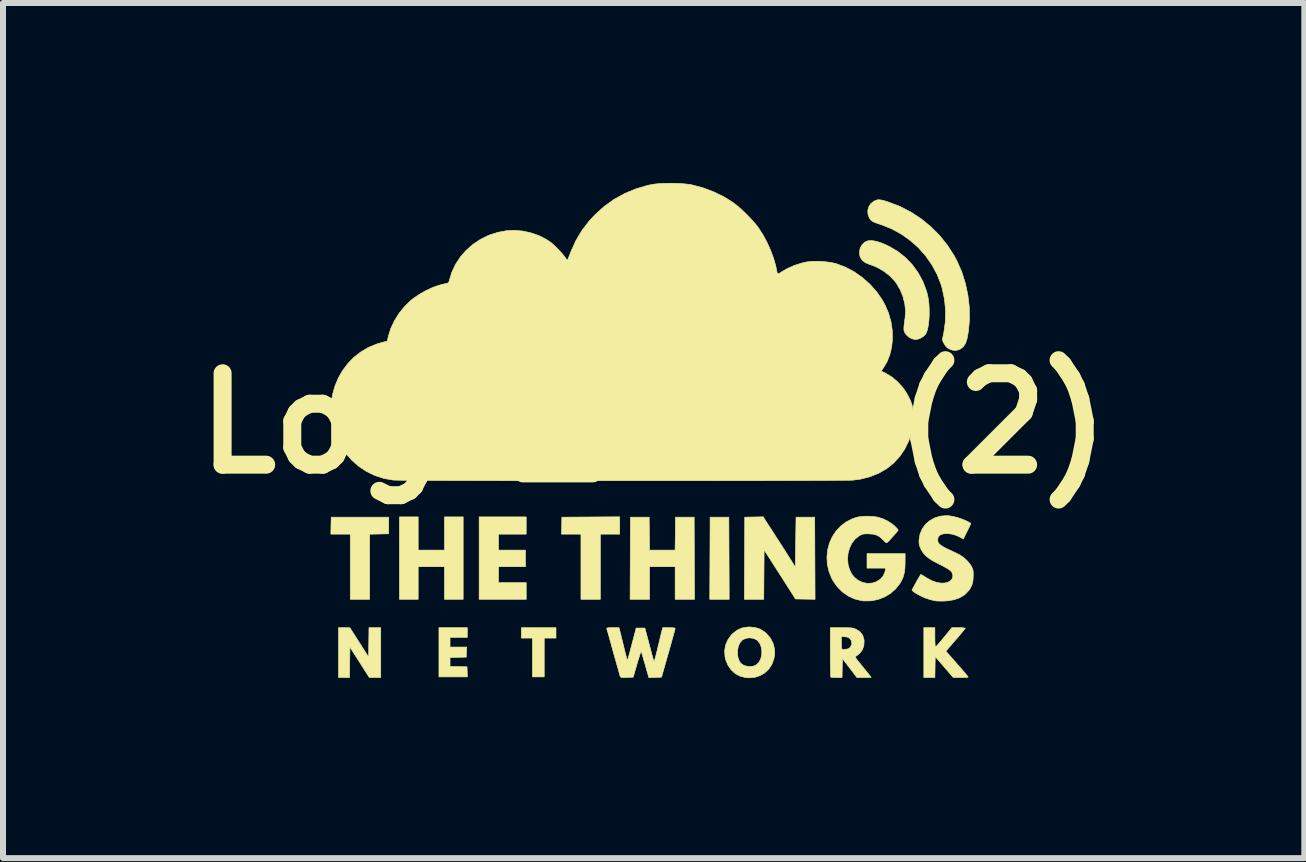
<source format=kicad_pcb>
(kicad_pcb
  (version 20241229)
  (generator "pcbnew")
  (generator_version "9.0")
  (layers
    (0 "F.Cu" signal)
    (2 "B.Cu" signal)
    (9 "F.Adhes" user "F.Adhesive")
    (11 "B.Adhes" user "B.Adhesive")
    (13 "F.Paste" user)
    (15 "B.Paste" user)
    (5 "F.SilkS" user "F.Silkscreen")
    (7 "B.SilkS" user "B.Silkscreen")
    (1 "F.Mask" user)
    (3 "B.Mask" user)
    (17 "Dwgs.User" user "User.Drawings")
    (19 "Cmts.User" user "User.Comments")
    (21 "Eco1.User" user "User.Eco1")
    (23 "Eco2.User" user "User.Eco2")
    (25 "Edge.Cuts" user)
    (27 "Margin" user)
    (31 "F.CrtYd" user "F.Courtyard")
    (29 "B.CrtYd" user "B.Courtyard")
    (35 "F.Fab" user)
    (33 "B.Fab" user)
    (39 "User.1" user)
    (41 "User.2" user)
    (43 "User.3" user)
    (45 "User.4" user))
  (footprint "Logo_TTN (2)"
    (layer "F.Cu")
    (at 7.845 4.006)
    (property "Reference" "Logo_TTN (2)" (at 0 0 0) (layer "F.SilkS") (effects (font (size 1.524 1.524) (thickness 0.3))))
    (attr through_hole)
    (fp_poly (pts (xy 1.259 2.933) (xy 0.935 2.933) (xy 0.941 1.564) (xy 1.253 1.564) (xy 1.259 2.933)) (stroke (width 0.01) (type solid)) (fill yes) (layer "F.SilkS"))
    (fp_poly (pts (xy -1.628 3.579) (xy -1.824 3.579) (xy -1.824 4.226) (xy -2.02 4.226) (xy -2.02 3.579) (xy -2.205 3.579) (xy -2.205 3.406) (xy -1.628 3.406) (xy -1.628 3.579)) (stroke (width 0.01) (type solid)) (fill yes) (layer "F.SilkS"))
    (fp_poly (pts (xy -4.416 1.841) (xy -4.734 1.848) (xy -4.734 2.933) (xy -5.057 2.933) (xy -5.057 1.847) (xy -5.381 1.847) (xy -5.378 1.706) (xy -5.374 1.564) (xy -4.416 1.564) (xy -4.416 1.841)) (stroke (width 0.01) (type solid)) (fill yes) (layer "F.SilkS"))
    (fp_poly (pts (xy -0.566 1.847) (xy -0.889 1.847) (xy -0.889 2.933) (xy -1.212 2.933) (xy -1.212 1.847) (xy -1.536 1.847) (xy -1.533 1.706) (xy -1.53 1.564) (xy -0.566 1.558) (xy -0.566 1.847)) (stroke (width 0.01) (type solid)) (fill yes) (layer "F.SilkS"))
    (fp_poly (pts (xy -3.925 2.113) (xy -3.487 2.113) (xy -3.487 1.559) (xy -3.175 1.559) (xy -3.175 2.933) (xy -3.487 2.933) (xy -3.487 2.39) (xy -3.925 2.39) (xy -3.925 2.933) (xy -4.237 2.933) (xy -4.237 1.559) (xy -3.925 1.559) (xy -3.925 2.113)) (stroke (width 0.01) (type solid)) (fill yes) (layer "F.SilkS"))
    (fp_poly (pts (xy -2.124 1.847) (xy -2.586 1.847) (xy -2.586 2.113) (xy -2.136 2.113) (xy -2.136 2.39) (xy -2.586 2.39) (xy -2.586 2.655) (xy -2.124 2.655) (xy -2.124 2.933) (xy -2.909 2.933) (xy -2.909 1.559) (xy -2.124 1.559) (xy -2.124 1.847)) (stroke (width 0.01) (type solid)) (fill yes) (layer "F.SilkS"))
    (fp_poly (pts (xy -0.072 1.839) (xy -0.069 2.113) (xy 0.357 2.113) (xy 0.361 1.839) (xy 0.364 1.564) (xy 0.675 1.564) (xy 0.681 2.933) (xy 0.358 2.933) (xy 0.358 2.39) (xy -0.069 2.39) (xy -0.069 2.933) (xy -0.393 2.933) (xy -0.387 1.564) (xy -0.075 1.564) (xy -0.072 1.839)) (stroke (width 0.01) (type solid)) (fill yes) (layer "F.SilkS"))
    (fp_poly (pts (xy -4.549 4.237) (xy -4.739 4.237) (xy -4.901 3.983) (xy -5.063 3.73) (xy -5.066 3.983) (xy -5.069 4.237) (xy -5.253 4.237) (xy -5.253 3.406) (xy -5.158 3.406) (xy -5.063 3.407) (xy -4.907 3.652) (xy -4.751 3.896) (xy -4.748 3.651) (xy -4.745 3.406) (xy -4.549 3.406) (xy -4.549 4.237)) (stroke (width 0.01) (type solid)) (fill yes) (layer "F.SilkS"))
    (fp_poly (pts (xy -3.106 3.568) (xy -3.394 3.568) (xy -3.394 3.729) (xy -3.116 3.729) (xy -3.12 3.813) (xy -3.123 3.897) (xy -3.259 3.9) (xy -3.394 3.903) (xy -3.394 4.052) (xy -3.253 4.055) (xy -3.111 4.058) (xy -3.108 4.142) (xy -3.105 4.226) (xy -3.579 4.226) (xy -3.579 3.406) (xy -3.106 3.406) (xy -3.106 3.568)) (stroke (width 0.01) (type solid)) (fill yes) (layer "F.SilkS"))
    (fp_poly (pts (xy 1.92 1.706) (xy 1.954 1.757) (xy 1.996 1.823) (xy 2.045 1.9) (xy 2.098 1.982) (xy 2.151 2.064) (xy 2.189 2.124) (xy 2.361 2.395) (xy 2.367 1.979) (xy 2.373 1.564) (xy 2.684 1.564) (xy 2.687 2.249) (xy 2.69 2.933) (xy 2.527 2.93) (xy 2.364 2.927) (xy 2.103 2.518) (xy 1.841 2.11) (xy 1.838 2.521) (xy 1.835 2.933) (xy 1.512 2.933) (xy 1.518 1.564) (xy 1.825 1.558) (xy 1.92 1.706)) (stroke (width 0.01) (type solid)) (fill yes) (layer "F.SilkS"))
    (fp_poly (pts (xy 4.687 3.568) (xy 4.688 3.626) (xy 4.69 3.674) (xy 4.692 3.71) (xy 4.695 3.728) (xy 4.696 3.729) (xy 4.706 3.72) (xy 4.728 3.697) (xy 4.759 3.661) (xy 4.798 3.616) (xy 4.838 3.568) (xy 4.97 3.406) (xy 5.084 3.406) (xy 5.136 3.407) (xy 5.173 3.41) (xy 5.192 3.414) (xy 5.194 3.417) (xy 5.185 3.429) (xy 5.164 3.455) (xy 5.132 3.493) (xy 5.092 3.541) (xy 5.046 3.595) (xy 5.03 3.613) (xy 4.871 3.798) (xy 5.056 4.008) (xy 5.108 4.067) (xy 5.154 4.12) (xy 5.192 4.165) (xy 5.221 4.2) (xy 5.238 4.222) (xy 5.242 4.228) (xy 5.231 4.232) (xy 5.202 4.235) (xy 5.159 4.236) (xy 5.118 4.237) (xy 4.993 4.236) (xy 4.693 3.888) (xy 4.69 4.062) (xy 4.687 4.237) (xy 4.503 4.237) (xy 4.503 3.406) (xy 4.687 3.406) (xy 4.687 3.568)) (stroke (width 0.01) (type solid)) (fill yes) (layer "F.SilkS"))
    (fp_poly (pts (xy 3.719 -3.032) (xy 3.813 -3.001) (xy 3.921 -2.952) (xy 3.925 -2.95) (xy 4.068 -2.865) (xy 4.197 -2.763) (xy 4.31 -2.645) (xy 4.407 -2.512) (xy 4.486 -2.367) (xy 4.546 -2.21) (xy 4.56 -2.158) (xy 4.577 -2.079) (xy 4.588 -1.99) (xy 4.593 -1.896) (xy 4.593 -1.801) (xy 4.587 -1.71) (xy 4.577 -1.627) (xy 4.562 -1.556) (xy 4.542 -1.502) (xy 4.533 -1.487) (xy 4.501 -1.453) (xy 4.457 -1.424) (xy 4.409 -1.404) (xy 4.37 -1.398) (xy 4.332 -1.403) (xy 4.301 -1.411) (xy 4.255 -1.436) (xy 4.212 -1.475) (xy 4.183 -1.517) (xy 4.175 -1.538) (xy 4.171 -1.563) (xy 4.171 -1.597) (xy 4.175 -1.644) (xy 4.183 -1.707) (xy 4.191 -1.761) (xy 4.198 -1.876) (xy 4.185 -1.995) (xy 4.155 -2.115) (xy 4.107 -2.23) (xy 4.045 -2.335) (xy 4.013 -2.377) (xy 3.932 -2.461) (xy 3.834 -2.537) (xy 3.727 -2.599) (xy 3.617 -2.643) (xy 3.6 -2.648) (xy 3.528 -2.678) (xy 3.475 -2.719) (xy 3.442 -2.772) (xy 3.429 -2.837) (xy 3.429 -2.848) (xy 3.44 -2.913) (xy 3.47 -2.972) (xy 3.515 -3.018) (xy 3.52 -3.022) (xy 3.572 -3.043) (xy 3.638 -3.046) (xy 3.719 -3.032)) (stroke (width 0.01) (type solid)) (fill yes) (layer "F.SilkS"))
    (fp_poly (pts (xy 1.691 3.403) (xy 1.771 3.428) (xy 1.845 3.474) (xy 1.876 3.5) (xy 1.942 3.575) (xy 1.988 3.66) (xy 2.013 3.752) (xy 2.017 3.849) (xy 2.004 3.925) (xy 1.97 4.018) (xy 1.918 4.097) (xy 1.851 4.16) (xy 1.772 4.206) (xy 1.682 4.234) (xy 1.584 4.242) (xy 1.528 4.237) (xy 1.439 4.213) (xy 1.359 4.17) (xy 1.292 4.109) (xy 1.239 4.033) (xy 1.202 3.945) (xy 1.189 3.89) (xy 1.186 3.84) (xy 1.397 3.84) (xy 1.407 3.907) (xy 1.429 3.966) (xy 1.452 3.999) (xy 1.492 4.028) (xy 1.546 4.047) (xy 1.605 4.053) (xy 1.662 4.047) (xy 1.71 4.026) (xy 1.753 3.985) (xy 1.783 3.929) (xy 1.8 3.865) (xy 1.803 3.797) (xy 1.793 3.73) (xy 1.77 3.67) (xy 1.732 3.622) (xy 1.719 3.611) (xy 1.666 3.585) (xy 1.604 3.575) (xy 1.542 3.582) (xy 1.486 3.606) (xy 1.479 3.611) (xy 1.441 3.652) (xy 1.414 3.707) (xy 1.4 3.772) (xy 1.397 3.84) (xy 1.186 3.84) (xy 1.183 3.791) (xy 1.199 3.696) (xy 1.237 3.607) (xy 1.294 3.528) (xy 1.323 3.5) (xy 1.395 3.445) (xy 1.471 3.411) (xy 1.558 3.396) (xy 1.599 3.394) (xy 1.691 3.403)) (stroke (width 0.01) (type solid)) (fill yes) (layer "F.SilkS"))
    (fp_poly (pts (xy 3.807 -3.72) (xy 3.859 -3.706) (xy 3.916 -3.687) (xy 4.108 -3.614) (xy 4.291 -3.519) (xy 4.463 -3.406) (xy 4.622 -3.275) (xy 4.768 -3.129) (xy 4.897 -2.968) (xy 5.009 -2.794) (xy 5.056 -2.705) (xy 5.136 -2.523) (xy 5.196 -2.331) (xy 5.238 -2.134) (xy 5.261 -1.934) (xy 5.264 -1.735) (xy 5.247 -1.539) (xy 5.222 -1.404) (xy 5.197 -1.331) (xy 5.159 -1.275) (xy 5.11 -1.237) (xy 5.082 -1.226) (xy 5.047 -1.217) (xy 5.02 -1.214) (xy 4.989 -1.219) (xy 4.966 -1.224) (xy 4.911 -1.246) (xy 4.867 -1.286) (xy 4.839 -1.332) (xy 4.811 -1.388) (xy 4.838 -1.522) (xy 4.862 -1.701) (xy 4.865 -1.884) (xy 4.847 -2.069) (xy 4.809 -2.249) (xy 4.79 -2.315) (xy 4.723 -2.485) (xy 4.636 -2.645) (xy 4.531 -2.794) (xy 4.41 -2.93) (xy 4.273 -3.051) (xy 4.123 -3.157) (xy 3.962 -3.244) (xy 3.79 -3.312) (xy 3.784 -3.314) (xy 3.722 -3.334) (xy 3.678 -3.351) (xy 3.647 -3.366) (xy 3.626 -3.382) (xy 3.609 -3.402) (xy 3.594 -3.426) (xy 3.572 -3.486) (xy 3.569 -3.548) (xy 3.585 -3.608) (xy 3.618 -3.66) (xy 3.667 -3.7) (xy 3.678 -3.706) (xy 3.708 -3.719) (xy 3.737 -3.726) (xy 3.768 -3.726) (xy 3.807 -3.72)) (stroke (width 0.01) (type solid)) (fill yes) (layer "F.SilkS"))
    (fp_poly (pts (xy 3.203 3.406) (xy 3.255 3.407) (xy 3.293 3.409) (xy 3.321 3.413) (xy 3.344 3.419) (xy 3.366 3.429) (xy 3.381 3.436) (xy 3.441 3.476) (xy 3.481 3.527) (xy 3.503 3.591) (xy 3.508 3.627) (xy 3.503 3.706) (xy 3.478 3.776) (xy 3.431 3.836) (xy 3.368 3.885) (xy 3.364 3.892) (xy 3.366 3.903) (xy 3.377 3.922) (xy 3.397 3.951) (xy 3.43 3.992) (xy 3.476 4.048) (xy 3.487 4.062) (xy 3.531 4.115) (xy 3.569 4.161) (xy 3.598 4.198) (xy 3.618 4.223) (xy 3.625 4.233) (xy 3.625 4.233) (xy 3.615 4.235) (xy 3.586 4.236) (xy 3.543 4.237) (xy 3.507 4.237) (xy 3.388 4.237) (xy 3.267 4.078) (xy 3.146 3.92) (xy 3.14 4.237) (xy 3.05 4.237) (xy 3.006 4.236) (xy 2.972 4.234) (xy 2.953 4.23) (xy 2.952 4.229) (xy 2.95 4.217) (xy 2.948 4.183) (xy 2.947 4.132) (xy 2.946 4.066) (xy 2.945 3.987) (xy 2.944 3.899) (xy 2.944 3.814) (xy 2.944 3.556) (xy 3.129 3.556) (xy 3.129 3.659) (xy 3.13 3.714) (xy 3.134 3.749) (xy 3.143 3.767) (xy 3.158 3.772) (xy 3.173 3.769) (xy 3.196 3.765) (xy 3.217 3.764) (xy 3.25 3.754) (xy 3.28 3.728) (xy 3.299 3.693) (xy 3.302 3.673) (xy 3.294 3.62) (xy 3.268 3.583) (xy 3.226 3.562) (xy 3.174 3.556) (xy 3.129 3.556) (xy 2.944 3.556) (xy 2.944 3.406) (xy 3.132 3.406) (xy 3.203 3.406)) (stroke (width 0.01) (type solid)) (fill yes) (layer "F.SilkS"))
    (fp_poly (pts (xy 3.611 1.549) (xy 3.689 1.556) (xy 3.74 1.565) (xy 3.824 1.592) (xy 3.908 1.633) (xy 3.983 1.683) (xy 4.021 1.716) (xy 4.049 1.745) (xy 4.069 1.768) (xy 4.076 1.779) (xy 4.068 1.791) (xy 4.049 1.815) (xy 4.02 1.849) (xy 3.999 1.872) (xy 3.954 1.923) (xy 3.922 1.958) (xy 3.899 1.98) (xy 3.883 1.99) (xy 3.871 1.989) (xy 3.858 1.979) (xy 3.842 1.961) (xy 3.831 1.949) (xy 3.777 1.898) (xy 3.723 1.866) (xy 3.663 1.848) (xy 3.59 1.842) (xy 3.578 1.842) (xy 3.528 1.842) (xy 3.493 1.846) (xy 3.465 1.854) (xy 3.437 1.868) (xy 3.423 1.877) (xy 3.355 1.931) (xy 3.302 2) (xy 3.264 2.081) (xy 3.24 2.168) (xy 3.232 2.259) (xy 3.24 2.35) (xy 3.264 2.437) (xy 3.305 2.517) (xy 3.346 2.567) (xy 3.411 2.619) (xy 3.485 2.653) (xy 3.565 2.668) (xy 3.645 2.662) (xy 3.712 2.64) (xy 3.777 2.599) (xy 3.824 2.547) (xy 3.854 2.479) (xy 3.861 2.451) (xy 3.87 2.413) (xy 3.556 2.413) (xy 3.556 2.171) (xy 4.191 2.171) (xy 4.191 2.314) (xy 4.188 2.41) (xy 4.178 2.49) (xy 4.159 2.56) (xy 4.13 2.625) (xy 4.101 2.674) (xy 4.03 2.763) (xy 3.943 2.837) (xy 3.844 2.896) (xy 3.736 2.937) (xy 3.622 2.958) (xy 3.505 2.96) (xy 3.463 2.955) (xy 3.349 2.927) (xy 3.243 2.878) (xy 3.145 2.81) (xy 3.06 2.724) (xy 2.99 2.624) (xy 2.966 2.58) (xy 2.92 2.463) (xy 2.894 2.344) (xy 2.888 2.225) (xy 2.9 2.109) (xy 2.93 1.997) (xy 2.976 1.892) (xy 3.039 1.797) (xy 3.116 1.714) (xy 3.207 1.644) (xy 3.311 1.591) (xy 3.391 1.564) (xy 3.454 1.553) (xy 3.53 1.548) (xy 3.611 1.549)) (stroke (width 0.01) (type solid)) (fill yes) (layer "F.SilkS"))
    (fp_poly (pts (xy -0.567 3.447) (xy -0.561 3.47) (xy -0.55 3.512) (xy -0.537 3.568) (xy -0.52 3.634) (xy -0.503 3.706) (xy -0.5 3.718) (xy -0.483 3.787) (xy -0.468 3.848) (xy -0.454 3.897) (xy -0.445 3.932) (xy -0.439 3.948) (xy -0.438 3.948) (xy -0.433 3.938) (xy -0.424 3.908) (xy -0.411 3.862) (xy -0.394 3.802) (xy -0.376 3.733) (xy -0.362 3.68) (xy -0.292 3.412) (xy -0.146 3.412) (xy -0.091 3.619) (xy -0.065 3.718) (xy -0.044 3.797) (xy -0.028 3.858) (xy -0.015 3.903) (xy -0.006 3.934) (xy -0.00005 3.953) (xy 0.004 3.963) (xy 0.007 3.965) (xy 0.01 3.963) (xy 0.012 3.956) (xy 0.013 3.954) (xy 0.019 3.936) (xy 0.029 3.899) (xy 0.042 3.848) (xy 0.058 3.786) (xy 0.074 3.717) (xy 0.075 3.712) (xy 0.093 3.641) (xy 0.108 3.575) (xy 0.122 3.518) (xy 0.133 3.475) (xy 0.139 3.45) (xy 0.139 3.449) (xy 0.151 3.406) (xy 0.254 3.406) (xy 0.308 3.407) (xy 0.341 3.41) (xy 0.356 3.416) (xy 0.358 3.42) (xy 0.355 3.434) (xy 0.346 3.468) (xy 0.332 3.519) (xy 0.314 3.584) (xy 0.293 3.661) (xy 0.269 3.747) (xy 0.244 3.833) (xy 0.131 4.231) (xy 0.026 4.235) (xy -0.08 4.238) (xy -0.103 4.16) (xy -0.116 4.115) (xy -0.132 4.056) (xy -0.15 3.993) (xy -0.162 3.954) (xy -0.177 3.901) (xy -0.19 3.855) (xy -0.2 3.82) (xy -0.204 3.804) (xy -0.21 3.807) (xy -0.22 3.83) (xy -0.235 3.874) (xy -0.255 3.936) (xy -0.276 4.006) (xy -0.341 4.231) (xy -0.446 4.235) (xy -0.497 4.236) (xy -0.529 4.235) (xy -0.547 4.231) (xy -0.556 4.223) (xy -0.558 4.217) (xy -0.563 4.202) (xy -0.573 4.166) (xy -0.587 4.115) (xy -0.606 4.049) (xy -0.628 3.971) (xy -0.652 3.886) (xy -0.67 3.822) (xy -0.695 3.732) (xy -0.718 3.648) (xy -0.739 3.574) (xy -0.756 3.512) (xy -0.77 3.465) (xy -0.778 3.435) (xy -0.781 3.426) (xy -0.781 3.417) (xy -0.774 3.411) (xy -0.754 3.407) (xy -0.718 3.406) (xy -0.683 3.406) (xy -0.578 3.406) (xy -0.567 3.447)) (stroke (width 0.01) (type solid)) (fill yes) (layer "F.SilkS"))
    (fp_poly (pts (xy 4.916 1.54) (xy 4.983 1.55) (xy 5.057 1.568) (xy 5.132 1.593) (xy 5.202 1.621) (xy 5.259 1.651) (xy 5.286 1.669) (xy 5.282 1.68) (xy 5.27 1.707) (xy 5.251 1.747) (xy 5.227 1.795) (xy 5.225 1.8) (xy 5.16 1.929) (xy 5.111 1.9) (xy 5.046 1.869) (xy 4.977 1.848) (xy 4.908 1.838) (xy 4.846 1.839) (xy 4.794 1.851) (xy 4.763 1.87) (xy 4.74 1.901) (xy 4.734 1.941) (xy 4.734 1.942) (xy 4.738 1.974) (xy 4.753 2.002) (xy 4.782 2.029) (xy 4.826 2.058) (xy 4.888 2.09) (xy 4.929 2.109) (xy 4.983 2.134) (xy 5.035 2.159) (xy 5.077 2.18) (xy 5.1 2.191) (xy 5.166 2.236) (xy 5.228 2.293) (xy 5.278 2.354) (xy 5.294 2.38) (xy 5.311 2.414) (xy 5.321 2.443) (xy 5.326 2.476) (xy 5.327 2.521) (xy 5.327 2.54) (xy 5.322 2.622) (xy 5.306 2.69) (xy 5.277 2.75) (xy 5.25 2.789) (xy 5.185 2.856) (xy 5.103 2.906) (xy 5.005 2.941) (xy 4.891 2.959) (xy 4.849 2.961) (xy 4.797 2.963) (xy 4.749 2.962) (xy 4.715 2.961) (xy 4.705 2.96) (xy 4.615 2.94) (xy 4.526 2.911) (xy 4.464 2.884) (xy 4.406 2.853) (xy 4.358 2.825) (xy 4.325 2.801) (xy 4.308 2.783) (xy 4.306 2.779) (xy 4.312 2.767) (xy 4.326 2.739) (xy 4.347 2.701) (xy 4.371 2.657) (xy 4.396 2.612) (xy 4.42 2.571) (xy 4.439 2.539) (xy 4.451 2.52) (xy 4.452 2.518) (xy 4.463 2.522) (xy 4.487 2.536) (xy 4.52 2.557) (xy 4.566 2.585) (xy 4.617 2.613) (xy 4.647 2.627) (xy 4.719 2.652) (xy 4.788 2.663) (xy 4.851 2.662) (xy 4.905 2.648) (xy 4.948 2.623) (xy 4.976 2.589) (xy 4.987 2.546) (xy 4.983 2.51) (xy 4.972 2.486) (xy 4.953 2.462) (xy 4.921 2.436) (xy 4.875 2.408) (xy 4.812 2.374) (xy 4.76 2.348) (xy 4.668 2.3) (xy 4.595 2.255) (xy 4.538 2.21) (xy 4.495 2.163) (xy 4.462 2.111) (xy 4.451 2.089) (xy 4.434 2.046) (xy 4.425 2.011) (xy 4.423 1.973) (xy 4.424 1.933) (xy 4.441 1.84) (xy 4.478 1.756) (xy 4.531 1.683) (xy 4.6 1.623) (xy 4.681 1.577) (xy 4.772 1.548) (xy 4.871 1.538) (xy 4.916 1.54)) (stroke (width 0.01) (type solid)) (fill yes) (layer "F.SilkS"))
    (fp_poly (pts (xy 0.333 -4.001) (xy 0.437 -3.998) (xy 0.533 -3.99) (xy 0.615 -3.979) (xy 0.642 -3.974) (xy 0.822 -3.926) (xy 0.997 -3.86) (xy 1.163 -3.78) (xy 1.314 -3.687) (xy 1.322 -3.681) (xy 1.396 -3.624) (xy 1.477 -3.553) (xy 1.559 -3.474) (xy 1.637 -3.391) (xy 1.707 -3.311) (xy 1.753 -3.25) (xy 1.824 -3.139) (xy 1.891 -3.014) (xy 1.95 -2.883) (xy 1.998 -2.753) (xy 2.034 -2.629) (xy 2.043 -2.586) (xy 2.053 -2.536) (xy 2.06 -2.506) (xy 2.069 -2.492) (xy 2.081 -2.493) (xy 2.1 -2.504) (xy 2.116 -2.515) (xy 2.225 -2.579) (xy 2.347 -2.633) (xy 2.474 -2.673) (xy 2.556 -2.691) (xy 2.645 -2.7) (xy 2.746 -2.701) (xy 2.85 -2.695) (xy 2.95 -2.682) (xy 3.035 -2.664) (xy 3.041 -2.662) (xy 3.193 -2.605) (xy 3.339 -2.528) (xy 3.476 -2.432) (xy 3.602 -2.321) (xy 3.714 -2.196) (xy 3.809 -2.059) (xy 3.859 -1.968) (xy 3.916 -1.833) (xy 3.956 -1.692) (xy 3.977 -1.55) (xy 3.981 -1.409) (xy 3.967 -1.272) (xy 3.936 -1.142) (xy 3.888 -1.022) (xy 3.825 -0.918) (xy 3.791 -0.872) (xy 3.867 -0.835) (xy 3.97 -0.773) (xy 4.066 -0.692) (xy 4.153 -0.596) (xy 4.225 -0.489) (xy 4.282 -0.376) (xy 4.308 -0.3) (xy 4.317 -0.253) (xy 4.322 -0.189) (xy 4.324 -0.115) (xy 4.322 -0.038) (xy 4.317 0.037) (xy 4.309 0.102) (xy 4.302 0.138) (xy 4.252 0.292) (xy 4.184 0.431) (xy 4.099 0.555) (xy 3.998 0.664) (xy 3.881 0.757) (xy 3.75 0.832) (xy 3.605 0.89) (xy 3.448 0.93) (xy 3.321 0.947) (xy 3.299 0.948) (xy 3.256 0.949) (xy 3.192 0.949) (xy 3.108 0.95) (xy 3.005 0.951) (xy 2.884 0.952) (xy 2.747 0.952) (xy 2.594 0.953) (xy 2.426 0.953) (xy 2.245 0.954) (xy 2.052 0.954) (xy 1.847 0.955) (xy 1.632 0.955) (xy 1.408 0.955) (xy 1.175 0.955) (xy 0.936 0.956) (xy 0.69 0.956) (xy 0.44 0.956) (xy 0.185 0.956) (xy -0.072 0.956) (xy -0.332 0.956) (xy -0.591 0.956) (xy -0.851 0.956) (xy -1.109 0.956) (xy -1.365 0.956) (xy -1.617 0.956) (xy -1.864 0.955) (xy -2.106 0.955) (xy -2.342 0.955) (xy -2.569 0.955) (xy -2.787 0.954) (xy -2.996 0.954) (xy -3.194 0.953) (xy -3.379 0.953) (xy -3.552 0.952) (xy -3.71 0.952) (xy -3.853 0.951) (xy -3.98 0.95) (xy -4.09 0.95) (xy -4.181 0.949) (xy -4.252 0.948) (xy -4.303 0.947) (xy -4.333 0.946) (xy -4.338 0.946) (xy -4.494 0.919) (xy -4.644 0.871) (xy -4.787 0.802) (xy -4.92 0.713) (xy -5.034 0.612) (xy -5.14 0.492) (xy -5.225 0.364) (xy -5.292 0.229) (xy -5.339 0.089) (xy -5.368 -0.055) (xy -5.38 -0.199) (xy -5.374 -0.343) (xy -5.351 -0.485) (xy -5.312 -0.622) (xy -5.257 -0.754) (xy -5.186 -0.878) (xy -5.101 -0.993) (xy -5.001 -1.097) (xy -4.886 -1.187) (xy -4.759 -1.263) (xy -4.618 -1.322) (xy -4.521 -1.35) (xy -4.441 -1.37) (xy -4.42 -1.46) (xy -4.38 -1.586) (xy -4.319 -1.713) (xy -4.243 -1.835) (xy -4.152 -1.947) (xy -4.051 -2.046) (xy -4.003 -2.085) (xy -3.9 -2.154) (xy -3.789 -2.216) (xy -3.675 -2.268) (xy -3.565 -2.306) (xy -3.495 -2.323) (xy -3.453 -2.332) (xy -3.428 -2.34) (xy -3.416 -2.352) (xy -3.41 -2.367) (xy -3.367 -2.512) (xy -3.304 -2.648) (xy -3.222 -2.773) (xy -3.124 -2.885) (xy -3.011 -2.984) (xy -2.885 -3.068) (xy -2.748 -3.135) (xy -2.6 -3.183) (xy -2.447 -3.212) (xy -2.314 -3.217) (xy -2.176 -3.204) (xy -2.039 -3.173) (xy -1.908 -3.127) (xy -1.788 -3.065) (xy -1.711 -3.013) (xy -1.67 -2.978) (xy -1.622 -2.932) (xy -1.571 -2.88) (xy -1.526 -2.83) (xy -1.49 -2.786) (xy -1.481 -2.773) (xy -1.457 -2.741) (xy -1.443 -2.726) (xy -1.434 -2.725) (xy -1.43 -2.732) (xy -1.422 -2.752) (xy -1.409 -2.787) (xy -1.391 -2.832) (xy -1.379 -2.863) (xy -1.298 -3.043) (xy -1.198 -3.211) (xy -1.079 -3.368) (xy -0.975 -3.48) (xy -0.824 -3.616) (xy -0.66 -3.733) (xy -0.483 -3.831) (xy -0.295 -3.909) (xy -0.097 -3.967) (xy -0.04 -3.979) (xy 0.034 -3.99) (xy 0.125 -3.998) (xy 0.227 -4.001) (xy 0.333 -4.001)) (stroke (width 0.01) (type solid)) (fill yes) (layer "F.SilkS")))
  (gr_rect
    (start -3 -3)
    (end 18.69 11.253)
    (stroke (width 0.1) (type default))
    (fill no)
    (layer "Edge.Cuts")))
</source>
